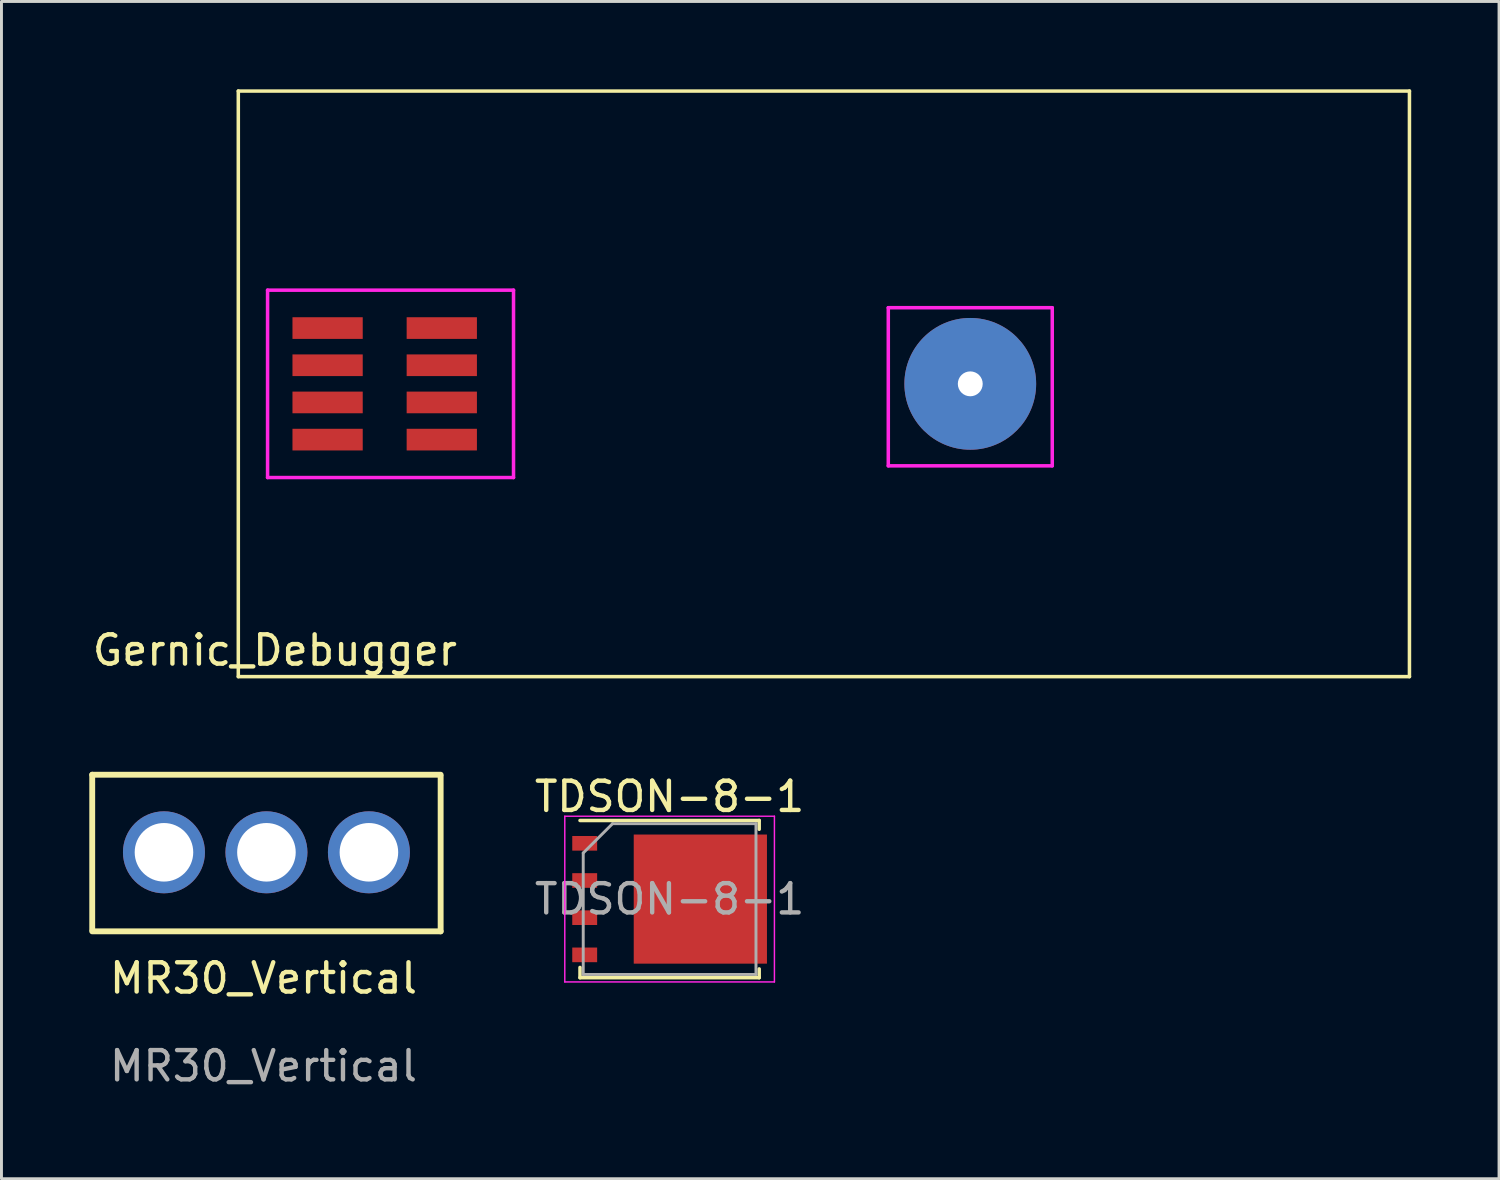
<source format=kicad_pcb>
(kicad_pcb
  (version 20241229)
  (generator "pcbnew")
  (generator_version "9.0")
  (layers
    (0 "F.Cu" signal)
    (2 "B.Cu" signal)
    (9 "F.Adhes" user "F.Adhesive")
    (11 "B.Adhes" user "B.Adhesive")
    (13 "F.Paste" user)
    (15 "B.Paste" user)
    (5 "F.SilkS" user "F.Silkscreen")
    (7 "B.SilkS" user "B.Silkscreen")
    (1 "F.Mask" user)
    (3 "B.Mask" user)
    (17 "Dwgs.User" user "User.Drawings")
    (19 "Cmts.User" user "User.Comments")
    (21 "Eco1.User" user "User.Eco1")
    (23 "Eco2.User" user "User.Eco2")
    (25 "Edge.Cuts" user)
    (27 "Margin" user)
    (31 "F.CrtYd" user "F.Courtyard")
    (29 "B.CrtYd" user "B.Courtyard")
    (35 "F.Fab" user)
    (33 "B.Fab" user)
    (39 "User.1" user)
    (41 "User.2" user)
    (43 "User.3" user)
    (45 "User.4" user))
  (footprint "Gernic_Debugger"
    (layer "F.Cu")
    (at 5.089 20.06)
    (property "Reference" "Gernic_Debugger" (at 1.25 -0.9 0) (layer "F.SilkS") (effects (font (size 1 1) (thickness 0.15))))
    (attr through_hole)
    (fp_line (start 0 -20) (end 0 0) (stroke (width 0.12) (type solid)) (layer "F.SilkS"))
    (fp_line (start 0 0) (end 40 0) (stroke (width 0.12) (type solid)) (layer "F.SilkS"))
    (fp_line (start 40 -20) (end 0 -20) (stroke (width 0.12) (type solid)) (layer "F.SilkS"))
    (fp_line (start 40 0) (end 40 -20) (stroke (width 0.12) (type solid)) (layer "F.SilkS"))
    (fp_line (start 1 -13.2) (end 9.4 -13.2) (stroke (width 0.12) (type solid)) (layer "F.CrtYd"))
    (fp_line (start 1 -6.8) (end 1 -13.2) (stroke (width 0.12) (type solid)) (layer "F.CrtYd"))
    (fp_line (start 9.4 -13.2) (end 9.4 -6.8) (stroke (width 0.12) (type solid)) (layer "F.CrtYd"))
    (fp_line (start 9.4 -6.8) (end 1 -6.8) (stroke (width 0.12) (type solid)) (layer "F.CrtYd"))
    (fp_line (start 22.2 -12.6) (end 27.8 -12.6) (stroke (width 0.12) (type solid)) (layer "F.CrtYd"))
    (fp_line (start 22.2 -7.2) (end 22.2 -12.6) (stroke (width 0.12) (type solid)) (layer "F.CrtYd"))
    (fp_line (start 27.8 -12.6) (end 27.8 -7.2) (stroke (width 0.12) (type solid)) (layer "F.CrtYd"))
    (fp_line (start 27.8 -7.2) (end 22.2 -7.2) (stroke (width 0.12) (type solid)) (layer "F.CrtYd"))
    (pad "1" smd rect (at 3.05 -11.905) (size 2.4 0.74) (layers "F.Cu" "F.Mask" "F.Paste"))
    (pad "2" smd rect (at 3.05 -10.635) (size 2.4 0.74) (layers "F.Cu" "F.Mask" "F.Paste"))
    (pad "3" smd rect (at 3.05 -9.365) (size 2.4 0.74) (layers "F.Cu" "F.Mask" "F.Paste"))
    (pad "4" smd rect (at 3.05 -8.095) (size 2.4 0.74) (layers "F.Cu" "F.Mask" "F.Paste"))
    (pad "5" smd rect (at 6.95 -8.095) (size 2.4 0.74) (layers "F.Cu" "F.Mask" "F.Paste"))
    (pad "6" smd rect (at 6.95 -9.365) (size 2.4 0.74) (layers "F.Cu" "F.Mask" "F.Paste"))
    (pad "7" smd rect (at 6.95 -10.635) (size 2.4 0.74) (layers "F.Cu" "F.Mask" "F.Paste"))
    (pad "8" smd rect (at 6.95 -11.905) (size 2.4 0.74) (layers "F.Cu" "F.Mask" "F.Paste"))
    (pad "9" thru_hole circle (at 25 -10) (size 4.5 4.5) (drill 0.85) (layers "*.Cu" "*.Mask")))
  (footprint "MR30_Vertical"
    (layer "F.Cu")
    (at 2.55 26.06)
    (property "Reference" "MR30_Vertical" (at 3.4 4.3 0) (unlocked yes) (layer "F.SilkS") (effects (font (size 1 1) (thickness 0.15))))
    (attr through_hole)
    (fp_line (start -2.45 -2.65) (end -2.45 2.65) (stroke (width 0.2) (type solid)) (layer "F.SilkS"))
    (fp_line (start -2.45 -2.65) (end 9.45 -2.65) (stroke (width 0.2) (type solid)) (layer "F.SilkS"))
    (fp_line (start 9.45 2.7) (end -2.45 2.7) (stroke (width 0.2) (type solid)) (layer "F.SilkS"))
    (fp_line (start 9.45 2.7) (end 9.45 -2.6) (stroke (width 0.2) (type solid)) (layer "F.SilkS"))
    (fp_text user "${REFERENCE}" (at 3.4 7.3 0) (unlocked yes) (layer "F.Fab") (effects (font (size 1 1) (thickness 0.15))))
    (pad "1" thru_hole circle (at 0 0) (size 2.8 2.8) (drill 2) (layers "*.Cu" "*.Mask"))
    (pad "2" thru_hole circle (at 3.5 0) (size 2.8 2.8) (drill 2) (layers "*.Cu" "*.Mask"))
    (pad "3" thru_hole circle (at 7 0) (size 2.8 2.8) (drill 2) (layers "*.Cu" "*.Mask")))
  (footprint "TDSON-8-1"
    (layer "F.Cu")
    (at 19.82 27.658)
    (property "Reference" "TDSON-8-1" (at 0 -3.5 180) (layer "F.SilkS") (effects (font (size 1 1) (thickness 0.15))))
    (attr smd)
    (fp_line (start -3.06 2.335) (end -3.06 2.685) (stroke (width 0.12) (type solid)) (layer "F.SilkS"))
    (fp_line (start 3.06 -2.685) (end -3.06 -2.685) (stroke (width 0.12) (type solid)) (layer "F.SilkS"))
    (fp_line (start 3.06 -2.385) (end 3.06 -2.685) (stroke (width 0.12) (type solid)) (layer "F.SilkS"))
    (fp_line (start 3.06 2.385) (end 3.06 2.685) (stroke (width 0.12) (type solid)) (layer "F.SilkS"))
    (fp_line (start 3.06 2.685) (end -3.06 2.685) (stroke (width 0.12) (type solid)) (layer "F.SilkS"))
    (fp_line (start -3.58 -2.83) (end -3.58 2.83) (stroke (width 0.05) (type solid)) (layer "F.CrtYd"))
    (fp_line (start -3.58 2.83) (end 3.58 2.83) (stroke (width 0.05) (type solid)) (layer "F.CrtYd"))
    (fp_line (start 3.58 -2.83) (end -3.58 -2.83) (stroke (width 0.05) (type solid)) (layer "F.CrtYd"))
    (fp_line (start 3.58 2.83) (end 3.58 -2.83) (stroke (width 0.05) (type solid)) (layer "F.CrtYd"))
    (fp_line (start -2.95 2.575) (end -2.95 -1.575) (stroke (width 0.1) (type solid)) (layer "F.Fab"))
    (fp_line (start -1.95 -2.575) (end -2.95 -1.575) (stroke (width 0.1) (type solid)) (layer "F.Fab"))
    (fp_line (start -1.95 -2.575) (end 2.95 -2.575) (stroke (width 0.1) (type solid)) (layer "F.Fab"))
    (fp_line (start 2.95 -2.575) (end 2.95 2.575) (stroke (width 0.1) (type solid)) (layer "F.Fab"))
    (fp_line (start 2.95 2.575) (end -2.95 2.575) (stroke (width 0.1) (type solid)) (layer "F.Fab"))
    (fp_text user "${REFERENCE}" (at 0 0 180) (layer "F.Fab") (effects (font (size 1 1) (thickness 0.15))))
    (pad "" smd rect (at -0.2 -0.85) (size 1.5 1.5) (layers "F.Paste"))
    (pad "" smd rect (at -0.2 0.85) (size 1.5 1.5) (layers "F.Paste"))
    (pad "" smd custom (at 0.65 0) (size 3.75 4.41) (layers "F.Mask") (options (anchor rect)) (primitives (gr_poly (pts (xy 2.675 -1.605) (xy 1.875 -1.605) (xy 1.875 -2.205) (xy 2.675 -2.205)) (width 0) (fill yes)) (gr_poly (pts (xy 2.675 -0.335) (xy 1.875 -0.335) (xy 1.875 -0.935) (xy 2.675 -0.935)) (width 0) (fill yes)) (gr_poly (pts (xy 2.675 0.935) (xy 1.875 0.935) (xy 1.875 0.335) (xy 2.675 0.335)) (width 0) (fill yes)) (gr_poly (pts (xy 2.675 2.205) (xy 1.875 2.205) (xy 1.875 1.605) (xy 2.675 1.605)) (width 0) (fill yes))))
    (pad "" smd rect (at 1.5 -0.85) (size 1.5 1.5) (layers "F.Paste"))
    (pad "" smd rect (at 1.5 0.85) (size 1.5 1.5) (layers "F.Paste"))
    (pad "" smd rect (at 2.905 -1.905) (size 0.75 0.5) (layers "F.Paste"))
    (pad "" smd rect (at 2.905 -0.635) (size 0.75 0.5) (layers "F.Paste"))
    (pad "" smd rect (at 2.905 0.635) (size 0.75 0.5) (layers "F.Paste"))
    (pad "" smd rect (at 2.905 1.905) (size 0.75 0.5) (layers "F.Paste"))
    (pad "1" smd rect (at -2.9 -1.905) (size 0.85 0.5) (layers "F.Cu" "F.Mask" "F.Paste"))
    (pad "2" smd rect (at -2.9 -0.635) (size 0.85 0.5) (layers "F.Cu" "F.Mask" "F.Paste"))
    (pad "3" smd rect (at -2.9 0.635) (size 0.85 0.5) (layers "F.Cu" "F.Mask" "F.Paste"))
    (pad "4" smd rect (at -2.9 1.905) (size 0.85 0.5) (layers "F.Cu" "F.Mask" "F.Paste"))
    (pad "5" smd rect (at 1.05 0) (size 4.55 4.41) (layers "F.Cu")))
  (gr_rect
    (start -3 -3)
    (end 48.149 37.208)
    (stroke (width 0.1) (type default))
    (fill no)
    (layer "Edge.Cuts")))
</source>
